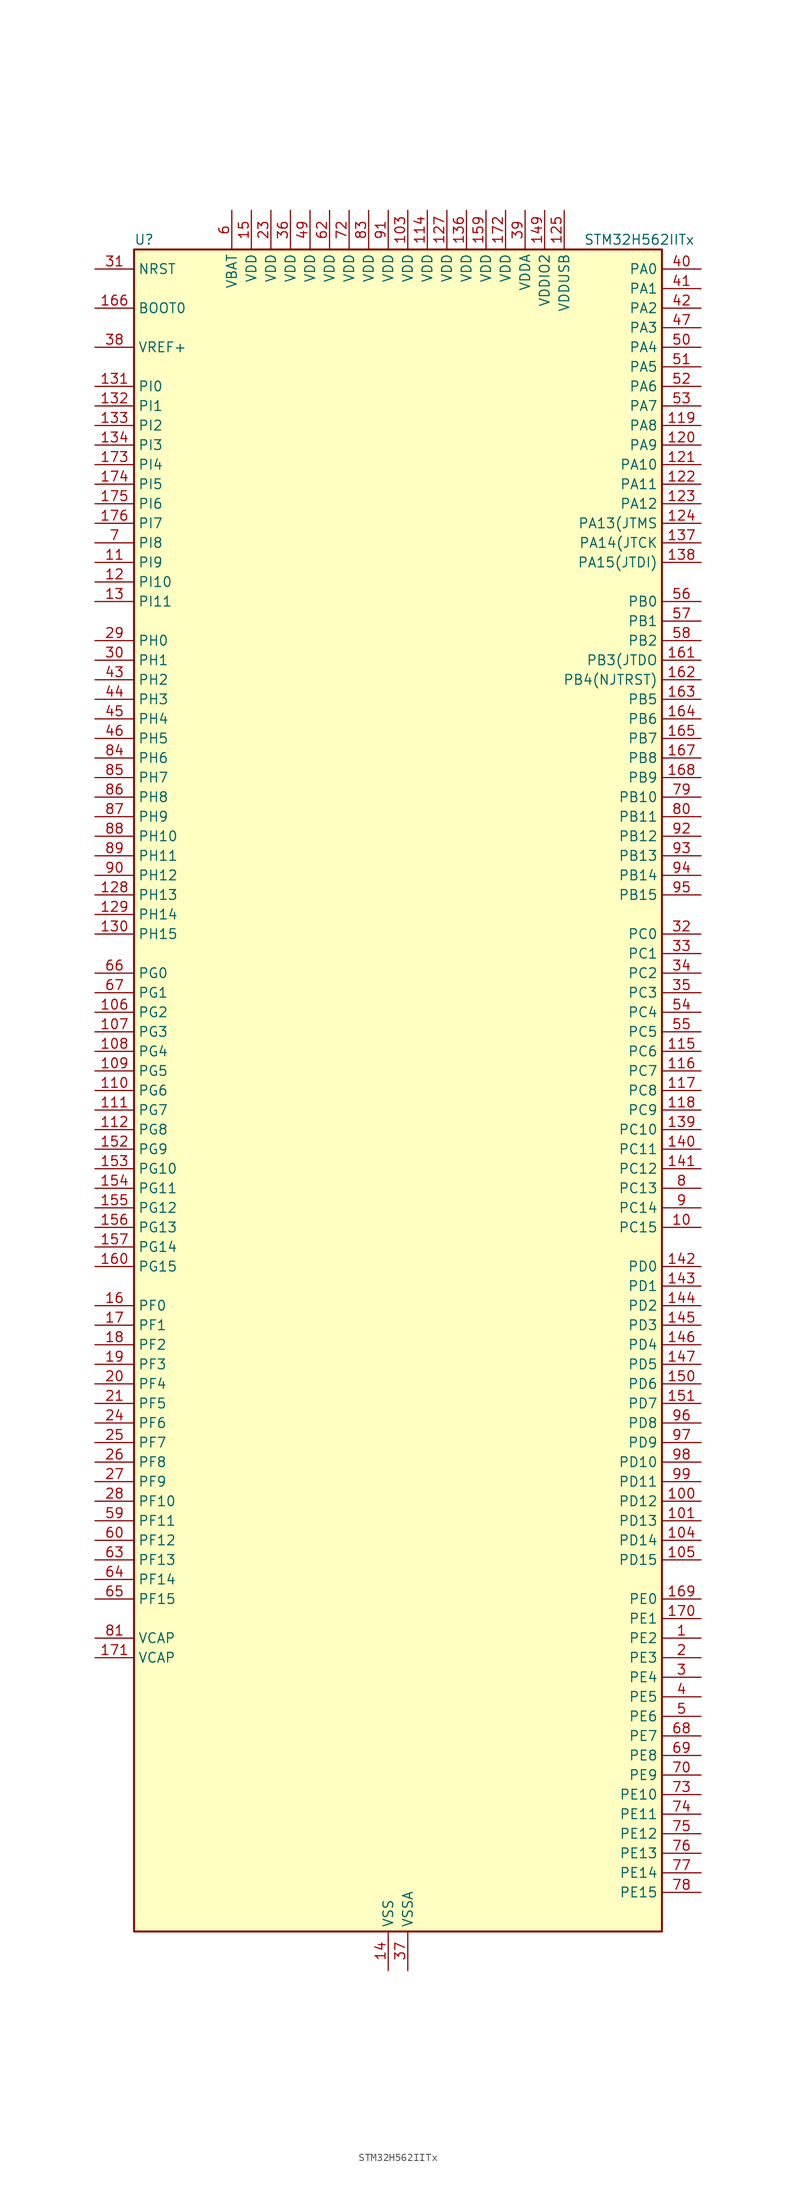
<source format=kicad_sym>
(kicad_symbol_lib
  (version 20231120)
  (generator "kicad-library-utils")
  (generator_version "8.0")
  (symbol "STM32H562IITx"
    (property "Reference" "U"
      (at -33.02 110.49 0)
      (effects (font (size 1.27 1.27)) (justify left)))
    (property "Value" "STM32H562IITx"
      (at 25.4 110.49 0)
      (effects (font (size 1.27 1.27)) (justify left)))
    (symbol "STM32H562IITx_0_1"
      (rectangle (start -33.02 -109.22) (end 35.56 109.22) (stroke (width 0.254) (type default)) (fill (type background))))
    (symbol "STM32H562IITx_1_1"
      (pin bidirectional line (at 40.64 -71.12 180) (length 5.08) (name "PE2" (effects (font (size 1.27 1.27)))) (number "1" (effects (font (size 1.27 1.27)))) (alternate "DCMI_D3" bidirectional line) (alternate "DEBUG_TRACECLK" bidirectional line) (alternate "FMC_A23" bidirectional line) (alternate "LPTIM1_IN2" bidirectional line) (alternate "OCTOSPI1_IO2" bidirectional line) (alternate "PSSI_D3" bidirectional line) (alternate "SAI1_CK1" bidirectional line) (alternate "SAI1_MCLK_A" bidirectional line) (alternate "SPI4_SCK" bidirectional line) (alternate "UART8_TX" bidirectional line) (alternate "USART10_RX" bidirectional line))
      (pin bidirectional line (at 40.64 -17.78 180) (length 5.08) (name "PC15" (effects (font (size 1.27 1.27)))) (number "10" (effects (font (size 1.27 1.27)))) (alternate "ADC1_EXTI15" bidirectional line) (alternate "ADC2_EXTI15" bidirectional line) (alternate "RCC_OSC32_OUT" bidirectional line))
      (pin bidirectional line (at 40.64 -53.34 180) (length 5.08) (name "PD12" (effects (font (size 1.27 1.27)))) (number "100" (effects (font (size 1.27 1.27)))) (alternate "DCMI_D12" bidirectional line) (alternate "FMC_A17" bidirectional line) (alternate "FMC_ALE" bidirectional line) (alternate "I2C4_SCL" bidirectional line) (alternate "I3C1_SCL" bidirectional line) (alternate "LPTIM1_IN1" bidirectional line) (alternate "LPTIM2_IN1" bidirectional line) (alternate "OCTOSPI1_IO1" bidirectional line) (alternate "PSSI_D12" bidirectional line) (alternate "SAI1_D1" bidirectional line) (alternate "SAI2_FS_A" bidirectional line) (alternate "TIM4_CH1" bidirectional line) (alternate "UART4_TX" bidirectional line) (alternate "USART3_RTS" bidirectional line))
      (pin bidirectional line (at 40.64 -55.88 180) (length 5.08) (name "PD13" (effects (font (size 1.27 1.27)))) (number "101" (effects (font (size 1.27 1.27)))) (alternate "DCMI_D13" bidirectional line) (alternate "FMC_A18" bidirectional line) (alternate "I2C4_SDA" bidirectional line) (alternate "I3C1_SDA" bidirectional line) (alternate "LPTIM1_CH1" bidirectional line) (alternate "LPTIM2_CH1" bidirectional line) (alternate "LPTIM4_IN1" bidirectional line) (alternate "OCTOSPI1_IO3" bidirectional line) (alternate "PSSI_D13" bidirectional line) (alternate "SAI2_SCK_A" bidirectional line) (alternate "TIM4_CH2" bidirectional line) (alternate "UART9_RTS" bidirectional line))
      (pin passive line (at 0 -114.3 90) (length 5.08) hide (name "VSS" (effects (font (size 1.27 1.27)))) (number "102" (effects (font (size 1.27 1.27)))))
      (pin power_in line (at 2.54 114.3 270) (length 5.08) (name "VDD" (effects (font (size 1.27 1.27)))) (number "103" (effects (font (size 1.27 1.27)))))
      (pin bidirectional line (at 40.64 -58.42 180) (length 5.08) (name "PD14" (effects (font (size 1.27 1.27)))) (number "104" (effects (font (size 1.27 1.27)))) (alternate "FMC_D0" bidirectional line) (alternate "FMC_DA0" bidirectional line) (alternate "TIM4_CH3" bidirectional line) (alternate "UART8_CTS" bidirectional line) (alternate "UART9_RX" bidirectional line))
      (pin bidirectional line (at 40.64 -60.96 180) (length 5.08) (name "PD15" (effects (font (size 1.27 1.27)))) (number "105" (effects (font (size 1.27 1.27)))) (alternate "ADC1_EXTI15" bidirectional line) (alternate "ADC2_EXTI15" bidirectional line) (alternate "FMC_D1" bidirectional line) (alternate "FMC_DA1" bidirectional line) (alternate "TIM4_CH4" bidirectional line) (alternate "UART8_RTS" bidirectional line) (alternate "UART9_TX" bidirectional line))
      (pin bidirectional line (at -38.1 10.16 0) (length 5.08) (name "PG2" (effects (font (size 1.27 1.27)))) (number "106" (effects (font (size 1.27 1.27)))) (alternate "FMC_A12" bidirectional line) (alternate "LPTIM6_ETR" bidirectional line) (alternate "TIM8_BKIN" bidirectional line) (alternate "UART12_RX" bidirectional line))
      (pin bidirectional line (at -38.1 7.62 0) (length 5.08) (name "PG3" (effects (font (size 1.27 1.27)))) (number "107" (effects (font (size 1.27 1.27)))) (alternate "FMC_A13" bidirectional line) (alternate "LPTIM5_ETR" bidirectional line) (alternate "TIM8_BKIN2" bidirectional line) (alternate "UART12_TX" bidirectional line))
      (pin bidirectional line (at -38.1 5.08 0) (length 5.08) (name "PG4" (effects (font (size 1.27 1.27)))) (number "108" (effects (font (size 1.27 1.27)))) (alternate "FMC_A14" bidirectional line) (alternate "FMC_BA0" bidirectional line) (alternate "LPTIM4_ETR" bidirectional line) (alternate "TIM1_BKIN2" bidirectional line))
      (pin bidirectional line (at -38.1 2.54 0) (length 5.08) (name "PG5" (effects (font (size 1.27 1.27)))) (number "109" (effects (font (size 1.27 1.27)))) (alternate "FMC_A15" bidirectional line) (alternate "FMC_BA1" bidirectional line) (alternate "TIM1_ETR" bidirectional line))
      (pin bidirectional line (at -38.1 68.58 0) (length 5.08) (name "PI9" (effects (font (size 1.27 1.27)))) (number "11" (effects (font (size 1.27 1.27)))) (alternate "DAC1_EXTI9" bidirectional line) (alternate "FDCAN1_RX" bidirectional line) (alternate "UART4_RX" bidirectional line))
      (pin bidirectional line (at -38.1 0 0) (length 5.08) (name "PG6" (effects (font (size 1.27 1.27)))) (number "110" (effects (font (size 1.27 1.27)))) (alternate "DCMI_D12" bidirectional line) (alternate "FMC_NE3" bidirectional line) (alternate "I2C4_SDA" bidirectional line) (alternate "I3C1_SDA" bidirectional line) (alternate "OCTOSPI1_NCS" bidirectional line) (alternate "PSSI_D12" bidirectional line) (alternate "SPI1_RDY" bidirectional line) (alternate "TIM17_BKIN" bidirectional line) (alternate "UCPD1_FRSTX" bidirectional line))
      (pin bidirectional line (at -38.1 -2.54 0) (length 5.08) (name "PG7" (effects (font (size 1.27 1.27)))) (number "111" (effects (font (size 1.27 1.27)))) (alternate "DCMI_D13" bidirectional line) (alternate "FMC_INT" bidirectional line) (alternate "I2C4_SCL" bidirectional line) (alternate "I3C1_SCL" bidirectional line) (alternate "PSSI_D13" bidirectional line) (alternate "SAI1_CK2" bidirectional line) (alternate "SAI1_MCLK_A" bidirectional line) (alternate "UCPD1_FRSTX" bidirectional line) (alternate "USART6_CK" bidirectional line))
      (pin bidirectional line (at -38.1 -5.08 0) (length 5.08) (name "PG8" (effects (font (size 1.27 1.27)))) (number "112" (effects (font (size 1.27 1.27)))) (alternate "FMC_SDCLK" bidirectional line) (alternate "SPI6_NSS" bidirectional line) (alternate "TIM8_ETR" bidirectional line) (alternate "USART6_RTS" bidirectional line))
      (pin passive line (at 0 -114.3 90) (length 5.08) hide (name "VSS" (effects (font (size 1.27 1.27)))) (number "113" (effects (font (size 1.27 1.27)))))
      (pin power_in line (at 5.08 114.3 270) (length 5.08) (name "VDD" (effects (font (size 1.27 1.27)))) (number "114" (effects (font (size 1.27 1.27)))))
      (pin bidirectional line (at 40.64 5.08 180) (length 5.08) (name "PC6" (effects (font (size 1.27 1.27)))) (number "115" (effects (font (size 1.27 1.27)))) (alternate "DCMI_D0" bidirectional line) (alternate "FMC_NWAIT" bidirectional line) (alternate "I2S2_MCK" bidirectional line) (alternate "OCTOSPI1_IO5" bidirectional line) (alternate "PSSI_D0" bidirectional line) (alternate "SAI1_SCK_A" bidirectional line) (alternate "SDMMC1_D0DIR" bidirectional line) (alternate "SDMMC1_D6" bidirectional line) (alternate "TIM3_CH1" bidirectional line) (alternate "TIM8_CH1" bidirectional line) (alternate "USART6_TX" bidirectional line))
      (pin bidirectional line (at 40.64 2.54 180) (length 5.08) (name "PC7" (effects (font (size 1.27 1.27)))) (number "116" (effects (font (size 1.27 1.27)))) (alternate "DCMI_D1" bidirectional line) (alternate "DEBUG_TRGIO" bidirectional line) (alternate "FMC_NE1" bidirectional line) (alternate "I2S3_MCK" bidirectional line) (alternate "OCTOSPI1_IO6" bidirectional line) (alternate "PSSI_D1" bidirectional line) (alternate "SDMMC1_D123DIR" bidirectional line) (alternate "SDMMC1_D7" bidirectional line) (alternate "TIM3_CH2" bidirectional line) (alternate "TIM8_CH2" bidirectional line) (alternate "USART6_RX" bidirectional line))
      (pin bidirectional line (at 40.64 0 180) (length 5.08) (name "PC8" (effects (font (size 1.27 1.27)))) (number "117" (effects (font (size 1.27 1.27)))) (alternate "DCMI_D2" bidirectional line) (alternate "DEBUG_TRACED1" bidirectional line) (alternate "FMC_ALE" bidirectional line) (alternate "FMC_INT" bidirectional line) (alternate "FMC_NCE" bidirectional line) (alternate "FMC_NE2" bidirectional line) (alternate "PSSI_D2" bidirectional line) (alternate "SDMMC1_D0" bidirectional line) (alternate "TIM3_CH3" bidirectional line) (alternate "TIM8_CH3" bidirectional line) (alternate "UART5_DE" bidirectional line) (alternate "UART5_RTS" bidirectional line) (alternate "USART6_CK" bidirectional line))
      (pin bidirectional line (at 40.64 -2.54 180) (length 5.08) (name "PC9" (effects (font (size 1.27 1.27)))) (number "118" (effects (font (size 1.27 1.27)))) (alternate "AUDIOCLK" bidirectional line) (alternate "DAC1_EXTI9" bidirectional line) (alternate "DCMI_D3" bidirectional line) (alternate "FMC_CLE" bidirectional line) (alternate "I2C3_SDA" bidirectional line) (alternate "OCTOSPI1_IO0" bidirectional line) (alternate "PSSI_D3" bidirectional line) (alternate "RCC_MCO_2" bidirectional line) (alternate "SDMMC1_D1" bidirectional line) (alternate "TIM3_CH4" bidirectional line) (alternate "TIM8_CH4" bidirectional line) (alternate "UART5_CTS" bidirectional line) (alternate "UCPD1_DB2" bidirectional line))
      (pin bidirectional line (at 40.64 86.36 180) (length 5.08) (name "PA8" (effects (font (size 1.27 1.27)))) (number "119" (effects (font (size 1.27 1.27)))) (alternate "DCMI_D3" bidirectional line) (alternate "FMC_NOE" bidirectional line) (alternate "I2C3_SCL" bidirectional line) (alternate "PSSI_D3" bidirectional line) (alternate "RCC_MCO_1" bidirectional line) (alternate "SPI1_RDY" bidirectional line) (alternate "TIM1_CH1" bidirectional line) (alternate "TIM8_BKIN2" bidirectional line) (alternate "UART7_RX" bidirectional line) (alternate "USART1_CK" bidirectional line) (alternate "USB_SOF" bidirectional line))
      (pin bidirectional line (at -38.1 66.04 0) (length 5.08) (name "PI10" (effects (font (size 1.27 1.27)))) (number "12" (effects (font (size 1.27 1.27)))) (alternate "FDCAN1_RX" bidirectional line) (alternate "PSSI_D14" bidirectional line))
      (pin bidirectional line (at 40.64 83.82 180) (length 5.08) (name "PA9" (effects (font (size 1.27 1.27)))) (number "120" (effects (font (size 1.27 1.27)))) (alternate "DAC1_EXTI9" bidirectional line) (alternate "DCMI_D0" bidirectional line) (alternate "FMC_NWE" bidirectional line) (alternate "I2C3_SMBA" bidirectional line) (alternate "I2S2_CK" bidirectional line) (alternate "LPUART1_TX" bidirectional line) (alternate "PSSI_D0" bidirectional line) (alternate "SPI2_SCK" bidirectional line) (alternate "TIM1_CH2" bidirectional line) (alternate "UCPD1_DB1" bidirectional line) (alternate "USART1_TX" bidirectional line))
      (pin bidirectional line (at 40.64 81.28 180) (length 5.08) (name "PA10" (effects (font (size 1.27 1.27)))) (number "121" (effects (font (size 1.27 1.27)))) (alternate "DCMI_D1" bidirectional line) (alternate "LPTIM2_IN2" bidirectional line) (alternate "LPUART1_RX" bidirectional line) (alternate "PSSI_D1" bidirectional line) (alternate "SDMMC1_D0" bidirectional line) (alternate "TIM1_CH3" bidirectional line) (alternate "UCPD1_FRSTX" bidirectional line) (alternate "USART1_RX" bidirectional line))
      (pin bidirectional line (at 40.64 78.74 180) (length 5.08) (name "PA11" (effects (font (size 1.27 1.27)))) (number "122" (effects (font (size 1.27 1.27)))) (alternate "ADC1_EXTI11" bidirectional line) (alternate "ADC2_EXTI11" bidirectional line) (alternate "FDCAN1_RX" bidirectional line) (alternate "I2S2_WS" bidirectional line) (alternate "LPUART1_CTS" bidirectional line) (alternate "SPI2_NSS" bidirectional line) (alternate "TIM1_CH4" bidirectional line) (alternate "UART4_RX" bidirectional line) (alternate "USART1_CTS" bidirectional line) (alternate "USART1_NSS" bidirectional line) (alternate "USB_DM" bidirectional line))
      (pin bidirectional line (at 40.64 76.2 180) (length 5.08) (name "PA12" (effects (font (size 1.27 1.27)))) (number "123" (effects (font (size 1.27 1.27)))) (alternate "FDCAN1_TX" bidirectional line) (alternate "I2S2_CK" bidirectional line) (alternate "LPUART1_RTS" bidirectional line) (alternate "SAI2_FS_B" bidirectional line) (alternate "SPI2_SCK" bidirectional line) (alternate "TIM1_ETR" bidirectional line) (alternate "UART4_TX" bidirectional line) (alternate "USART1_RTS" bidirectional line) (alternate "USB_DP" bidirectional line))
      (pin bidirectional line (at 40.64 73.66 180) (length 5.08) (name "PA13(JTMS" (effects (font (size 1.27 1.27)))) (number "124" (effects (font (size 1.27 1.27)))) (alternate "DEBUG_JTMS-SWDIO" bidirectional line))
      (pin power_in line (at 22.86 114.3 270) (length 5.08) (name "VDDUSB" (effects (font (size 1.27 1.27)))) (number "125" (effects (font (size 1.27 1.27)))))
      (pin passive line (at 0 -114.3 90) (length 5.08) hide (name "VSS" (effects (font (size 1.27 1.27)))) (number "126" (effects (font (size 1.27 1.27)))))
      (pin power_in line (at 7.62 114.3 270) (length 5.08) (name "VDD" (effects (font (size 1.27 1.27)))) (number "127" (effects (font (size 1.27 1.27)))))
      (pin bidirectional line (at -38.1 25.4 0) (length 5.08) (name "PH13" (effects (font (size 1.27 1.27)))) (number "128" (effects (font (size 1.27 1.27)))) (alternate "DCMI_D3" bidirectional line) (alternate "FDCAN1_TX" bidirectional line) (alternate "LPTIM1_IN2" bidirectional line) (alternate "PSSI_D3" bidirectional line) (alternate "TIM8_CH1N" bidirectional line) (alternate "UART4_TX" bidirectional line) (alternate "UART8_TX" bidirectional line))
      (pin bidirectional line (at -38.1 22.86 0) (length 5.08) (name "PH14" (effects (font (size 1.27 1.27)))) (number "129" (effects (font (size 1.27 1.27)))) (alternate "DCMI_D4" bidirectional line) (alternate "FDCAN1_RX" bidirectional line) (alternate "PSSI_D4" bidirectional line) (alternate "TIM8_CH2N" bidirectional line) (alternate "UART4_RX" bidirectional line))
      (pin bidirectional line (at -38.1 63.5 0) (length 5.08) (name "PI11" (effects (font (size 1.27 1.27)))) (number "13" (effects (font (size 1.27 1.27)))) (alternate "ADC1_EXTI11" bidirectional line) (alternate "ADC2_EXTI11" bidirectional line) (alternate "PSSI_D15" bidirectional line) (alternate "TAMP_IN4" bidirectional line) (alternate "TAMP_OUT5" bidirectional line))
      (pin bidirectional line (at -38.1 20.32 0) (length 5.08) (name "PH15" (effects (font (size 1.27 1.27)))) (number "130" (effects (font (size 1.27 1.27)))) (alternate "ADC1_EXTI15" bidirectional line) (alternate "ADC2_EXTI15" bidirectional line) (alternate "DCMI_D11" bidirectional line) (alternate "PSSI_D11" bidirectional line) (alternate "TIM8_CH3N" bidirectional line))
      (pin bidirectional line (at -38.1 91.44 0) (length 5.08) (name "PI0" (effects (font (size 1.27 1.27)))) (number "131" (effects (font (size 1.27 1.27)))) (alternate "DCMI_D13" bidirectional line) (alternate "I2S2_WS" bidirectional line) (alternate "PSSI_D13" bidirectional line) (alternate "SPI2_NSS" bidirectional line) (alternate "TIM5_CH4" bidirectional line))
      (pin bidirectional line (at -38.1 88.9 0) (length 5.08) (name "PI1" (effects (font (size 1.27 1.27)))) (number "132" (effects (font (size 1.27 1.27)))) (alternate "DCMI_D8" bidirectional line) (alternate "I2S2_CK" bidirectional line) (alternate "PSSI_D8" bidirectional line) (alternate "SPI2_SCK" bidirectional line) (alternate "TIM8_BKIN2" bidirectional line))
      (pin bidirectional line (at -38.1 86.36 0) (length 5.08) (name "PI2" (effects (font (size 1.27 1.27)))) (number "133" (effects (font (size 1.27 1.27)))) (alternate "DCMI_D9" bidirectional line) (alternate "I2S2_SDI" bidirectional line) (alternate "PSSI_D9" bidirectional line) (alternate "SPI2_MISO" bidirectional line) (alternate "TIM8_CH4" bidirectional line))
      (pin bidirectional line (at -38.1 83.82 0) (length 5.08) (name "PI3" (effects (font (size 1.27 1.27)))) (number "134" (effects (font (size 1.27 1.27)))) (alternate "DCMI_D10" bidirectional line) (alternate "I2S2_SDO" bidirectional line) (alternate "PSSI_D10" bidirectional line) (alternate "SPI2_MOSI" bidirectional line) (alternate "TIM8_ETR" bidirectional line))
      (pin passive line (at 0 -114.3 90) (length 5.08) hide (name "VSS" (effects (font (size 1.27 1.27)))) (number "135" (effects (font (size 1.27 1.27)))))
      (pin power_in line (at 10.16 114.3 270) (length 5.08) (name "VDD" (effects (font (size 1.27 1.27)))) (number "136" (effects (font (size 1.27 1.27)))))
      (pin bidirectional line (at 40.64 71.12 180) (length 5.08) (name "PA14(JTCK" (effects (font (size 1.27 1.27)))) (number "137" (effects (font (size 1.27 1.27)))) (alternate "DEBUG_JTCK-SWCLK" bidirectional line))
      (pin bidirectional line (at 40.64 68.58 180) (length 5.08) (name "PA15(JTDI)" (effects (font (size 1.27 1.27)))) (number "138" (effects (font (size 1.27 1.27)))) (alternate "ADC1_EXTI15" bidirectional line) (alternate "ADC2_EXTI15" bidirectional line) (alternate "CEC" bidirectional line) (alternate "DCMI_D11" bidirectional line) (alternate "DEBUG_JTDI" bidirectional line) (alternate "FMC_NBL1" bidirectional line) (alternate "I2S1_WS" bidirectional line) (alternate "I2S3_WS" bidirectional line) (alternate "LPTIM3_IN2" bidirectional line) (alternate "PSSI_D11" bidirectional line) (alternate "SPI1_NSS" bidirectional line) (alternate "SPI3_NSS" bidirectional line) (alternate "SPI6_NSS" bidirectional line) (alternate "TIM2_CH1" bidirectional line) (alternate "TIM2_ETR" bidirectional line) (alternate "UART4_DE" bidirectional line) (alternate "UART4_RTS" bidirectional line) (alternate "UART7_TX" bidirectional line))
      (pin bidirectional line (at 40.64 -5.08 180) (length 5.08) (name "PC10" (effects (font (size 1.27 1.27)))) (number "139" (effects (font (size 1.27 1.27)))) (alternate "DCMI_D8" bidirectional line) (alternate "I2S3_CK" bidirectional line) (alternate "LPTIM3_ETR" bidirectional line) (alternate "OCTOSPI1_IO1" bidirectional line) (alternate "PSSI_D8" bidirectional line) (alternate "SDMMC1_D2" bidirectional line) (alternate "SPI3_SCK" bidirectional line) (alternate "UART4_TX" bidirectional line) (alternate "USART3_TX" bidirectional line))
      (pin power_in line (at 0 -114.3 90) (length 5.08) (name "VSS" (effects (font (size 1.27 1.27)))) (number "14" (effects (font (size 1.27 1.27)))))
      (pin bidirectional line (at 40.64 -7.62 180) (length 5.08) (name "PC11" (effects (font (size 1.27 1.27)))) (number "140" (effects (font (size 1.27 1.27)))) (alternate "ADC1_EXTI11" bidirectional line) (alternate "ADC2_EXTI11" bidirectional line) (alternate "DCMI_D4" bidirectional line) (alternate "I2S3_SDI" bidirectional line) (alternate "LPTIM3_IN1" bidirectional line) (alternate "OCTOSPI1_NCS" bidirectional line) (alternate "PSSI_D4" bidirectional line) (alternate "SDMMC1_D3" bidirectional line) (alternate "SPI3_MISO" bidirectional line) (alternate "UART4_RX" bidirectional line) (alternate "USART3_RX" bidirectional line))
      (pin bidirectional line (at 40.64 -10.16 180) (length 5.08) (name "PC12" (effects (font (size 1.27 1.27)))) (number "141" (effects (font (size 1.27 1.27)))) (alternate "DCMI_D9" bidirectional line) (alternate "DEBUG_TRACED3" bidirectional line) (alternate "I2S3_SDO" bidirectional line) (alternate "PSSI_D9" bidirectional line) (alternate "SDMMC1_CK" bidirectional line) (alternate "SPI3_MOSI" bidirectional line) (alternate "SPI6_SCK" bidirectional line) (alternate "TIM15_CH1" bidirectional line) (alternate "UART5_TX" bidirectional line) (alternate "USART3_CK" bidirectional line))
      (pin bidirectional line (at 40.64 -22.86 180) (length 5.08) (name "PD0" (effects (font (size 1.27 1.27)))) (number "142" (effects (font (size 1.27 1.27)))) (alternate "FDCAN1_RX" bidirectional line) (alternate "FMC_D2" bidirectional line) (alternate "FMC_DA2" bidirectional line) (alternate "TIM8_CH4N" bidirectional line) (alternate "UART4_RX" bidirectional line) (alternate "UART9_CTS" bidirectional line))
      (pin bidirectional line (at 40.64 -25.4 180) (length 5.08) (name "PD1" (effects (font (size 1.27 1.27)))) (number "143" (effects (font (size 1.27 1.27)))) (alternate "FDCAN1_TX" bidirectional line) (alternate "FMC_D3" bidirectional line) (alternate "FMC_DA3" bidirectional line) (alternate "UART4_TX" bidirectional line))
      (pin bidirectional line (at 40.64 -27.94 180) (length 5.08) (name "PD2" (effects (font (size 1.27 1.27)))) (number "144" (effects (font (size 1.27 1.27)))) (alternate "DCMI_D11" bidirectional line) (alternate "DEBUG_TRACED2" bidirectional line) (alternate "LPTIM4_ETR" bidirectional line) (alternate "PSSI_D11" bidirectional line) (alternate "PWR_WKUP7" bidirectional line) (alternate "SDMMC1_CMD" bidirectional line) (alternate "TIM15_BKIN" bidirectional line) (alternate "TIM3_ETR" bidirectional line) (alternate "UART5_RX" bidirectional line))
      (pin bidirectional line (at 40.64 -30.48 180) (length 5.08) (name "PD3" (effects (font (size 1.27 1.27)))) (number "145" (effects (font (size 1.27 1.27)))) (alternate "DCMI_D5" bidirectional line) (alternate "FMC_CLK" bidirectional line) (alternate "I2S2_CK" bidirectional line) (alternate "PSSI_D5" bidirectional line) (alternate "PWR_WKUP8" bidirectional line) (alternate "SPI2_SCK" bidirectional line) (alternate "USART2_CTS" bidirectional line) (alternate "USART2_NSS" bidirectional line))
      (pin bidirectional line (at 40.64 -33.02 180) (length 5.08) (name "PD4" (effects (font (size 1.27 1.27)))) (number "146" (effects (font (size 1.27 1.27)))) (alternate "FMC_NOE" bidirectional line) (alternate "OCTOSPI1_IO4" bidirectional line) (alternate "USART2_RTS" bidirectional line))
      (pin bidirectional line (at 40.64 -35.56 180) (length 5.08) (name "PD5" (effects (font (size 1.27 1.27)))) (number "147" (effects (font (size 1.27 1.27)))) (alternate "FDCAN1_TX" bidirectional line) (alternate "FMC_NWE" bidirectional line) (alternate "OCTOSPI1_IO5" bidirectional line) (alternate "SPI2_RDY" bidirectional line) (alternate "TIM1_CH4N" bidirectional line) (alternate "USART2_TX" bidirectional line))
      (pin passive line (at 0 -114.3 90) (length 5.08) hide (name "VSS" (effects (font (size 1.27 1.27)))) (number "148" (effects (font (size 1.27 1.27)))))
      (pin power_in line (at 20.32 114.3 270) (length 5.08) (name "VDDIO2" (effects (font (size 1.27 1.27)))) (number "149" (effects (font (size 1.27 1.27)))))
      (pin power_in line (at -17.78 114.3 270) (length 5.08) (name "VDD" (effects (font (size 1.27 1.27)))) (number "15" (effects (font (size 1.27 1.27)))))
      (pin bidirectional line (at 40.64 -38.1 180) (length 5.08) (name "PD6" (effects (font (size 1.27 1.27)))) (number "150" (effects (font (size 1.27 1.27)))) (alternate "DCMI_D10" bidirectional line) (alternate "FMC_NWAIT" bidirectional line) (alternate "I2S3_SDO" bidirectional line) (alternate "OCTOSPI1_IO6" bidirectional line) (alternate "PSSI_D10" bidirectional line) (alternate "SAI1_D1" bidirectional line) (alternate "SAI1_SD_A" bidirectional line) (alternate "SPI3_MOSI" bidirectional line) (alternate "USART2_RX" bidirectional line))
      (pin bidirectional line (at 40.64 -40.64 180) (length 5.08) (name "PD7" (effects (font (size 1.27 1.27)))) (number "151" (effects (font (size 1.27 1.27)))) (alternate "FMC_NCE" bidirectional line) (alternate "FMC_NE1" bidirectional line) (alternate "I2S1_SDO" bidirectional line) (alternate "LPTIM4_OUT" bidirectional line) (alternate "OCTOSPI1_IO7" bidirectional line) (alternate "SPI1_MOSI" bidirectional line) (alternate "USART2_CK" bidirectional line))
      (pin bidirectional line (at -38.1 -7.62 0) (length 5.08) (name "PG9" (effects (font (size 1.27 1.27)))) (number "152" (effects (font (size 1.27 1.27)))) (alternate "DAC1_EXTI9" bidirectional line) (alternate "DCMI_VSYNC" bidirectional line) (alternate "FMC_NCE" bidirectional line) (alternate "FMC_NE2" bidirectional line) (alternate "I2S1_SDI" bidirectional line) (alternate "OCTOSPI1_IO6" bidirectional line) (alternate "PSSI_RDY" bidirectional line) (alternate "SAI2_FS_B" bidirectional line) (alternate "SPI1_MISO" bidirectional line) (alternate "USART6_RX" bidirectional line))
      (pin bidirectional line (at -38.1 -10.16 0) (length 5.08) (name "PG10" (effects (font (size 1.27 1.27)))) (number "153" (effects (font (size 1.27 1.27)))) (alternate "DCMI_D2" bidirectional line) (alternate "FMC_NE3" bidirectional line) (alternate "I2S1_WS" bidirectional line) (alternate "PSSI_D2" bidirectional line) (alternate "SAI2_SD_B" bidirectional line) (alternate "SPI1_NSS" bidirectional line))
      (pin bidirectional line (at -38.1 -12.7 0) (length 5.08) (name "PG11" (effects (font (size 1.27 1.27)))) (number "154" (effects (font (size 1.27 1.27)))) (alternate "ADC1_EXTI11" bidirectional line) (alternate "ADC2_EXTI11" bidirectional line) (alternate "DCMI_D3" bidirectional line) (alternate "I2S1_CK" bidirectional line) (alternate "LPTIM1_IN2" bidirectional line) (alternate "PSSI_D3" bidirectional line) (alternate "SPI1_SCK" bidirectional line) (alternate "USART10_RX" bidirectional line) (alternate "USART11_RTS" bidirectional line))
      (pin bidirectional line (at -38.1 -15.24 0) (length 5.08) (name "PG12" (effects (font (size 1.27 1.27)))) (number "155" (effects (font (size 1.27 1.27)))) (alternate "DCMI_D11" bidirectional line) (alternate "FMC_NE4" bidirectional line) (alternate "LPTIM1_IN1" bidirectional line) (alternate "LPTIM5_CH1" bidirectional line) (alternate "PSSI_D11" bidirectional line) (alternate "PSSI_D15" bidirectional line) (alternate "SPI6_MISO" bidirectional line) (alternate "USART10_TX" bidirectional line) (alternate "USART6_RTS" bidirectional line))
      (pin bidirectional line (at -38.1 -17.78 0) (length 5.08) (name "PG13" (effects (font (size 1.27 1.27)))) (number "156" (effects (font (size 1.27 1.27)))) (alternate "DEBUG_TRACED0" bidirectional line) (alternate "FMC_A24" bidirectional line) (alternate "LPTIM1_CH1" bidirectional line) (alternate "LPTIM5_CH2" bidirectional line) (alternate "SPI6_SCK" bidirectional line) (alternate "USART10_CTS" bidirectional line) (alternate "USART10_NSS" bidirectional line) (alternate "USART6_CTS" bidirectional line) (alternate "USART6_NSS" bidirectional line))
      (pin bidirectional line (at -38.1 -20.32 0) (length 5.08) (name "PG14" (effects (font (size 1.27 1.27)))) (number "157" (effects (font (size 1.27 1.27)))) (alternate "DEBUG_TRACED1" bidirectional line) (alternate "FMC_A25" bidirectional line) (alternate "LPTIM1_CH2" bidirectional line) (alternate "LPTIM1_ETR" bidirectional line) (alternate "LPTIM5_IN1" bidirectional line) (alternate "OCTOSPI1_IO7" bidirectional line) (alternate "SPI6_MOSI" bidirectional line) (alternate "USART10_RTS" bidirectional line) (alternate "USART6_TX" bidirectional line))
      (pin passive line (at 0 -114.3 90) (length 5.08) hide (name "VSS" (effects (font (size 1.27 1.27)))) (number "158" (effects (font (size 1.27 1.27)))))
      (pin power_in line (at 12.7 114.3 270) (length 5.08) (name "VDD" (effects (font (size 1.27 1.27)))) (number "159" (effects (font (size 1.27 1.27)))))
      (pin bidirectional line (at -38.1 -27.94 0) (length 5.08) (name "PF0" (effects (font (size 1.27 1.27)))) (number "16" (effects (font (size 1.27 1.27)))) (alternate "FMC_A0" bidirectional line) (alternate "I2C2_SDA" bidirectional line) (alternate "LPTIM5_CH1" bidirectional line))
      (pin bidirectional line (at -38.1 -22.86 0) (length 5.08) (name "PG15" (effects (font (size 1.27 1.27)))) (number "160" (effects (font (size 1.27 1.27)))) (alternate "ADC1_EXTI15" bidirectional line) (alternate "ADC2_EXTI15" bidirectional line) (alternate "DCMI_D13" bidirectional line) (alternate "FMC_SDNCAS" bidirectional line) (alternate "PSSI_D13" bidirectional line) (alternate "SPI4_RDY" bidirectional line) (alternate "USART10_CK" bidirectional line) (alternate "USART6_CTS" bidirectional line) (alternate "USART6_NSS" bidirectional line))
      (pin bidirectional line (at 40.64 55.88 180) (length 5.08) (name "PB3(JTDO" (effects (font (size 1.27 1.27)))) (number "161" (effects (font (size 1.27 1.27)))) (alternate "CRS_SYNC" bidirectional line) (alternate "DEBUG_JTDO-SWO" bidirectional line) (alternate "I2C2_SDA" bidirectional line) (alternate "I2S1_CK" bidirectional line) (alternate "I2S3_CK" bidirectional line) (alternate "LPTIM6_ETR" bidirectional line) (alternate "SPI1_SCK" bidirectional line) (alternate "SPI3_SCK" bidirectional line) (alternate "SPI6_SCK" bidirectional line) (alternate "TIM2_CH2" bidirectional line) (alternate "UART12_CTS" bidirectional line) (alternate "UART7_RX" bidirectional line))
      (pin bidirectional line (at 40.64 53.34 180) (length 5.08) (name "PB4(NJTRST)" (effects (font (size 1.27 1.27)))) (number "162" (effects (font (size 1.27 1.27)))) (alternate "DCMI_D7" bidirectional line) (alternate "DEBUG_JTRST" bidirectional line) (alternate "I2S1_SDI" bidirectional line) (alternate "I2S2_WS" bidirectional line) (alternate "I2S3_SDI" bidirectional line) (alternate "LPTIM1_CH2" bidirectional line) (alternate "OCTOSPI1_CLK" bidirectional line) (alternate "PSSI_D7" bidirectional line) (alternate "SPI1_MISO" bidirectional line) (alternate "SPI2_NSS" bidirectional line) (alternate "SPI3_MISO" bidirectional line) (alternate "SPI6_MISO" bidirectional line) (alternate "TIM16_BKIN" bidirectional line) (alternate "TIM3_CH1" bidirectional line) (alternate "UART7_TX" bidirectional line))
      (pin bidirectional line (at 40.64 50.8 180) (length 5.08) (name "PB5" (effects (font (size 1.27 1.27)))) (number "163" (effects (font (size 1.27 1.27)))) (alternate "DCMI_D10" bidirectional line) (alternate "FMC_SDCKE1" bidirectional line) (alternate "I2C1_SMBA" bidirectional line) (alternate "I2C4_SMBA" bidirectional line) (alternate "I2S1_SDO" bidirectional line) (alternate "I2S3_SDO" bidirectional line) (alternate "OCTOSPI1_NCLK" bidirectional line) (alternate "PSSI_D10" bidirectional line) (alternate "SPI1_MOSI" bidirectional line) (alternate "SPI3_MOSI" bidirectional line) (alternate "SPI6_MOSI" bidirectional line) (alternate "TIM17_BKIN" bidirectional line) (alternate "TIM3_CH2" bidirectional line) (alternate "UART5_RX" bidirectional line))
      (pin bidirectional line (at 40.64 48.26 180) (length 5.08) (name "PB6" (effects (font (size 1.27 1.27)))) (number "164" (effects (font (size 1.27 1.27)))) (alternate "CEC" bidirectional line) (alternate "DCMI_D5" bidirectional line) (alternate "FMC_SDNE1" bidirectional line) (alternate "I2C1_SCL" bidirectional line) (alternate "I2C4_SCL" bidirectional line) (alternate "I3C1_SCL" bidirectional line) (alternate "LPUART1_TX" bidirectional line) (alternate "OCTOSPI1_NCS" bidirectional line) (alternate "PSSI_D5" bidirectional line) (alternate "TIM16_CH1N" bidirectional line) (alternate "TIM4_CH1" bidirectional line) (alternate "UART5_TX" bidirectional line) (alternate "USART1_TX" bidirectional line))
      (pin bidirectional line (at 40.64 45.72 180) (length 5.08) (name "PB7" (effects (font (size 1.27 1.27)))) (number "165" (effects (font (size 1.27 1.27)))) (alternate "DCMI_VSYNC" bidirectional line) (alternate "FDCAN1_TX" bidirectional line) (alternate "FMC_NL" bidirectional line) (alternate "I2C1_SDA" bidirectional line) (alternate "I2C4_SDA" bidirectional line) (alternate "I3C1_SDA" bidirectional line) (alternate "LPUART1_RX" bidirectional line) (alternate "PSSI_RDY" bidirectional line) (alternate "PWR_WKUP5" bidirectional line) (alternate "TIM17_CH1N" bidirectional line) (alternate "TIM4_CH2" bidirectional line) (alternate "USART1_RX" bidirectional line))
      (pin input line (at -38.1 101.6 0) (length 5.08) (name "BOOT0" (effects (font (size 1.27 1.27)))) (number "166" (effects (font (size 1.27 1.27)))))
      (pin bidirectional line (at 40.64 43.18 180) (length 5.08) (name "PB8" (effects (font (size 1.27 1.27)))) (number "167" (effects (font (size 1.27 1.27)))) (alternate "DCMI_D6" bidirectional line) (alternate "FDCAN1_RX" bidirectional line) (alternate "I2C1_SCL" bidirectional line) (alternate "I2C4_SCL" bidirectional line) (alternate "I3C1_SCL" bidirectional line) (alternate "PSSI_D6" bidirectional line) (alternate "SDMMC1_CKIN" bidirectional line) (alternate "SDMMC1_D4" bidirectional line) (alternate "SPI4_RDY" bidirectional line) (alternate "TIM16_CH1" bidirectional line) (alternate "TIM4_CH3" bidirectional line) (alternate "UART4_RX" bidirectional line))
      (pin bidirectional line (at 40.64 40.64 180) (length 5.08) (name "PB9" (effects (font (size 1.27 1.27)))) (number "168" (effects (font (size 1.27 1.27)))) (alternate "DAC1_EXTI9" bidirectional line) (alternate "DCMI_D7" bidirectional line) (alternate "FDCAN1_TX" bidirectional line) (alternate "I2C1_SDA" bidirectional line) (alternate "I2C4_SDA" bidirectional line) (alternate "I2S2_WS" bidirectional line) (alternate "I3C1_SDA" bidirectional line) (alternate "PSSI_D7" bidirectional line) (alternate "SDMMC1_CDIR" bidirectional line) (alternate "SDMMC1_D5" bidirectional line) (alternate "SPI2_NSS" bidirectional line) (alternate "TIM17_CH1" bidirectional line) (alternate "TIM4_CH4" bidirectional line) (alternate "UART4_TX" bidirectional line))
      (pin bidirectional line (at 40.64 -66.04 180) (length 5.08) (name "PE0" (effects (font (size 1.27 1.27)))) (number "169" (effects (font (size 1.27 1.27)))) (alternate "DCMI_D2" bidirectional line) (alternate "FDCAN1_RX" bidirectional line) (alternate "FMC_NBL0" bidirectional line) (alternate "LPTIM1_ETR" bidirectional line) (alternate "LPTIM2_CH2" bidirectional line) (alternate "LPTIM2_ETR" bidirectional line) (alternate "PSSI_D2" bidirectional line) (alternate "SAI2_MCLK_A" bidirectional line) (alternate "SPI3_RDY" bidirectional line) (alternate "TIM4_ETR" bidirectional line) (alternate "UART8_RX" bidirectional line))
      (pin bidirectional line (at -38.1 -30.48 0) (length 5.08) (name "PF1" (effects (font (size 1.27 1.27)))) (number "17" (effects (font (size 1.27 1.27)))) (alternate "FMC_A1" bidirectional line) (alternate "I2C2_SCL" bidirectional line) (alternate "LPTIM5_CH2" bidirectional line))
      (pin bidirectional line (at 40.64 -68.58 180) (length 5.08) (name "PE1" (effects (font (size 1.27 1.27)))) (number "170" (effects (font (size 1.27 1.27)))) (alternate "DCMI_D3" bidirectional line) (alternate "FDCAN1_TX" bidirectional line) (alternate "FMC_NBL1" bidirectional line) (alternate "LPTIM1_IN2" bidirectional line) (alternate "PSSI_D3" bidirectional line) (alternate "UART8_TX" bidirectional line))
      (pin power_out line (at -38.1 -73.66 0) (length 5.08) (name "VCAP" (effects (font (size 1.27 1.27)))) (number "171" (effects (font (size 1.27 1.27)))))
      (pin power_in line (at 15.24 114.3 270) (length 5.08) (name "VDD" (effects (font (size 1.27 1.27)))) (number "172" (effects (font (size 1.27 1.27)))))
      (pin bidirectional line (at -38.1 81.28 0) (length 5.08) (name "PI4" (effects (font (size 1.27 1.27)))) (number "173" (effects (font (size 1.27 1.27)))) (alternate "DCMI_D5" bidirectional line) (alternate "PSSI_D5" bidirectional line) (alternate "SAI2_MCLK_A" bidirectional line) (alternate "SPI2_RDY" bidirectional line) (alternate "TIM8_BKIN" bidirectional line))
      (pin bidirectional line (at -38.1 78.74 0) (length 5.08) (name "PI5" (effects (font (size 1.27 1.27)))) (number "174" (effects (font (size 1.27 1.27)))) (alternate "DCMI_VSYNC" bidirectional line) (alternate "PSSI_RDY" bidirectional line) (alternate "SAI2_SCK_A" bidirectional line) (alternate "TIM8_CH1" bidirectional line))
      (pin bidirectional line (at -38.1 76.2 0) (length 5.08) (name "PI6" (effects (font (size 1.27 1.27)))) (number "175" (effects (font (size 1.27 1.27)))) (alternate "DCMI_D6" bidirectional line) (alternate "PSSI_D6" bidirectional line) (alternate "SAI2_SD_A" bidirectional line) (alternate "TIM8_CH2" bidirectional line))
      (pin bidirectional line (at -38.1 73.66 0) (length 5.08) (name "PI7" (effects (font (size 1.27 1.27)))) (number "176" (effects (font (size 1.27 1.27)))) (alternate "DCMI_D7" bidirectional line) (alternate "PSSI_D7" bidirectional line) (alternate "SAI2_FS_A" bidirectional line) (alternate "TIM8_CH3" bidirectional line))
      (pin bidirectional line (at -38.1 -33.02 0) (length 5.08) (name "PF2" (effects (font (size 1.27 1.27)))) (number "18" (effects (font (size 1.27 1.27)))) (alternate "FMC_A2" bidirectional line) (alternate "I2C2_SMBA" bidirectional line) (alternate "LPTIM3_CH2" bidirectional line) (alternate "LPTIM3_IN2" bidirectional line) (alternate "LPTIM5_IN1" bidirectional line) (alternate "UART12_TX" bidirectional line) (alternate "USART11_CK" bidirectional line))
      (pin bidirectional line (at -38.1 -35.56 0) (length 5.08) (name "PF3" (effects (font (size 1.27 1.27)))) (number "19" (effects (font (size 1.27 1.27)))) (alternate "FMC_A3" bidirectional line) (alternate "LPTIM3_IN1" bidirectional line) (alternate "LPTIM5_IN2" bidirectional line) (alternate "USART11_TX" bidirectional line))
      (pin bidirectional line (at 40.64 -73.66 180) (length 5.08) (name "PE3" (effects (font (size 1.27 1.27)))) (number "2" (effects (font (size 1.27 1.27)))) (alternate "DEBUG_TRACED0" bidirectional line) (alternate "FMC_A19" bidirectional line) (alternate "SAI1_SD_B" bidirectional line) (alternate "TAMP_IN6" bidirectional line) (alternate "TAMP_OUT3" bidirectional line) (alternate "TIM15_BKIN" bidirectional line) (alternate "USART10_TX" bidirectional line))
      (pin bidirectional line (at -38.1 -38.1 0) (length 5.08) (name "PF4" (effects (font (size 1.27 1.27)))) (number "20" (effects (font (size 1.27 1.27)))) (alternate "FMC_A4" bidirectional line) (alternate "LPTIM3_ETR" bidirectional line) (alternate "USART11_RX" bidirectional line))
      (pin bidirectional line (at -38.1 -40.64 0) (length 5.08) (name "PF5" (effects (font (size 1.27 1.27)))) (number "21" (effects (font (size 1.27 1.27)))) (alternate "FMC_A5" bidirectional line) (alternate "I2C4_SCL" bidirectional line) (alternate "I3C1_SCL" bidirectional line) (alternate "LPTIM3_CH1" bidirectional line) (alternate "LPTIM3_IN1" bidirectional line) (alternate "UART12_RX" bidirectional line) (alternate "USART11_CTS" bidirectional line) (alternate "USART11_NSS" bidirectional line))
      (pin passive line (at 0 -114.3 90) (length 5.08) hide (name "VSS" (effects (font (size 1.27 1.27)))) (number "22" (effects (font (size 1.27 1.27)))))
      (pin power_in line (at -15.24 114.3 270) (length 5.08) (name "VDD" (effects (font (size 1.27 1.27)))) (number "23" (effects (font (size 1.27 1.27)))))
      (pin bidirectional line (at -38.1 -43.18 0) (length 5.08) (name "PF6" (effects (font (size 1.27 1.27)))) (number "24" (effects (font (size 1.27 1.27)))) (alternate "LPTIM5_CH1" bidirectional line) (alternate "OCTOSPI1_IO3" bidirectional line) (alternate "SAI1_SD_B" bidirectional line) (alternate "SPI5_NSS" bidirectional line) (alternate "TIM16_CH1" bidirectional line) (alternate "UART7_RX" bidirectional line))
      (pin bidirectional line (at -38.1 -45.72 0) (length 5.08) (name "PF7" (effects (font (size 1.27 1.27)))) (number "25" (effects (font (size 1.27 1.27)))) (alternate "LPTIM5_CH2" bidirectional line) (alternate "OCTOSPI1_IO2" bidirectional line) (alternate "SAI1_MCLK_B" bidirectional line) (alternate "SPI5_SCK" bidirectional line) (alternate "TIM17_CH1" bidirectional line) (alternate "UART7_TX" bidirectional line))
      (pin bidirectional line (at -38.1 -48.26 0) (length 5.08) (name "PF8" (effects (font (size 1.27 1.27)))) (number "26" (effects (font (size 1.27 1.27)))) (alternate "LPTIM5_IN1" bidirectional line) (alternate "OCTOSPI1_IO0" bidirectional line) (alternate "SAI1_SCK_B" bidirectional line) (alternate "SPI5_MISO" bidirectional line) (alternate "TIM13_CH1" bidirectional line) (alternate "TIM16_CH1N" bidirectional line) (alternate "UART7_RTS" bidirectional line))
      (pin bidirectional line (at -38.1 -50.8 0) (length 5.08) (name "PF9" (effects (font (size 1.27 1.27)))) (number "27" (effects (font (size 1.27 1.27)))) (alternate "DAC1_EXTI9" bidirectional line) (alternate "LPTIM5_IN2" bidirectional line) (alternate "OCTOSPI1_IO1" bidirectional line) (alternate "SAI1_FS_B" bidirectional line) (alternate "SPI5_MOSI" bidirectional line) (alternate "TIM14_CH1" bidirectional line) (alternate "TIM17_CH1N" bidirectional line) (alternate "UART7_CTS" bidirectional line))
      (pin bidirectional line (at -38.1 -53.34 0) (length 5.08) (name "PF10" (effects (font (size 1.27 1.27)))) (number "28" (effects (font (size 1.27 1.27)))) (alternate "DCMI_D11" bidirectional line) (alternate "OCTOSPI1_CLK" bidirectional line) (alternate "PSSI_D11" bidirectional line) (alternate "PSSI_D15" bidirectional line) (alternate "SAI1_D3" bidirectional line) (alternate "TIM16_BKIN" bidirectional line))
      (pin bidirectional line (at -38.1 58.42 0) (length 5.08) (name "PH0" (effects (font (size 1.27 1.27)))) (number "29" (effects (font (size 1.27 1.27)))) (alternate "RCC_OSC_IN" bidirectional line))
      (pin bidirectional line (at 40.64 -76.2 180) (length 5.08) (name "PE4" (effects (font (size 1.27 1.27)))) (number "3" (effects (font (size 1.27 1.27)))) (alternate "DCMI_D4" bidirectional line) (alternate "DEBUG_TRACED1" bidirectional line) (alternate "FMC_A20" bidirectional line) (alternate "PSSI_D4" bidirectional line) (alternate "SAI1_D2" bidirectional line) (alternate "SAI1_FS_A" bidirectional line) (alternate "SPI4_NSS" bidirectional line) (alternate "TAMP_IN7" bidirectional line) (alternate "TAMP_OUT8" bidirectional line) (alternate "TIM15_CH1N" bidirectional line))
      (pin bidirectional line (at -38.1 55.88 0) (length 5.08) (name "PH1" (effects (font (size 1.27 1.27)))) (number "30" (effects (font (size 1.27 1.27)))) (alternate "RCC_OSC_OUT" bidirectional line))
      (pin input line (at -38.1 106.68 0) (length 5.08) (name "NRST" (effects (font (size 1.27 1.27)))) (number "31" (effects (font (size 1.27 1.27)))))
      (pin bidirectional line (at 40.64 20.32 180) (length 5.08) (name "PC0" (effects (font (size 1.27 1.27)))) (number "32" (effects (font (size 1.27 1.27)))) (alternate "ADC1_INP10" bidirectional line) (alternate "ADC2_INP10" bidirectional line) (alternate "FMC_A25" bidirectional line) (alternate "FMC_SDNWE" bidirectional line) (alternate "OCTOSPI1_IO7" bidirectional line) (alternate "SAI1_MCLK_A" bidirectional line) (alternate "SAI2_FS_B" bidirectional line) (alternate "SPI2_RDY" bidirectional line) (alternate "TIM16_BKIN" bidirectional line))
      (pin bidirectional line (at 40.64 17.78 180) (length 5.08) (name "PC1" (effects (font (size 1.27 1.27)))) (number "33" (effects (font (size 1.27 1.27)))) (alternate "ADC1_INN10" bidirectional line) (alternate "ADC1_INP11" bidirectional line) (alternate "ADC2_INN10" bidirectional line) (alternate "ADC2_INP11" bidirectional line) (alternate "DEBUG_TRACED0" bidirectional line) (alternate "I2S2_SDO" bidirectional line) (alternate "OCTOSPI1_IO4" bidirectional line) (alternate "PWR_WKUP6" bidirectional line) (alternate "SAI1_D1" bidirectional line) (alternate "SAI1_SD_A" bidirectional line) (alternate "SAI2_SD_A" bidirectional line) (alternate "SPI2_MOSI" bidirectional line) (alternate "TAMP_IN3" bidirectional line) (alternate "TAMP_OUT5" bidirectional line) (alternate "USART11_RTS" bidirectional line))
      (pin bidirectional line (at 40.64 15.24 180) (length 5.08) (name "PC2" (effects (font (size 1.27 1.27)))) (number "34" (effects (font (size 1.27 1.27)))) (alternate "ADC1_INN11" bidirectional line) (alternate "ADC1_INP12" bidirectional line) (alternate "ADC2_INN11" bidirectional line) (alternate "ADC2_INP12" bidirectional line) (alternate "FMC_SDNE0" bidirectional line) (alternate "I2S2_SDI" bidirectional line) (alternate "OCTOSPI1_IO2" bidirectional line) (alternate "OCTOSPI1_IO5" bidirectional line) (alternate "PWR_CSLEEP" bidirectional line) (alternate "SPI2_MISO" bidirectional line) (alternate "TIM17_CH1" bidirectional line) (alternate "TIM4_CH4" bidirectional line))
      (pin bidirectional line (at 40.64 12.7 180) (length 5.08) (name "PC3" (effects (font (size 1.27 1.27)))) (number "35" (effects (font (size 1.27 1.27)))) (alternate "ADC1_INN12" bidirectional line) (alternate "ADC1_INP13" bidirectional line) (alternate "ADC2_INN12" bidirectional line) (alternate "ADC2_INP13" bidirectional line) (alternate "FMC_SDCKE0" bidirectional line) (alternate "I2S2_SDO" bidirectional line) (alternate "LPTIM3_CH1" bidirectional line) (alternate "OCTOSPI1_IO0" bidirectional line) (alternate "OCTOSPI1_IO6" bidirectional line) (alternate "PWR_CSTOP" bidirectional line) (alternate "SAI1_D3" bidirectional line) (alternate "SPI2_MOSI" bidirectional line))
      (pin power_in line (at -12.7 114.3 270) (length 5.08) (name "VDD" (effects (font (size 1.27 1.27)))) (number "36" (effects (font (size 1.27 1.27)))))
      (pin power_in line (at 2.54 -114.3 90) (length 5.08) (name "VSSA" (effects (font (size 1.27 1.27)))) (number "37" (effects (font (size 1.27 1.27)))))
      (pin input line (at -38.1 96.52 0) (length 5.08) (name "VREF+" (effects (font (size 1.27 1.27)))) (number "38" (effects (font (size 1.27 1.27)))))
      (pin power_in line (at 17.78 114.3 270) (length 5.08) (name "VDDA" (effects (font (size 1.27 1.27)))) (number "39" (effects (font (size 1.27 1.27)))))
      (pin bidirectional line (at 40.64 -78.74 180) (length 5.08) (name "PE5" (effects (font (size 1.27 1.27)))) (number "4" (effects (font (size 1.27 1.27)))) (alternate "DCMI_D6" bidirectional line) (alternate "DEBUG_TRACED2" bidirectional line) (alternate "FMC_A21" bidirectional line) (alternate "PSSI_D6" bidirectional line) (alternate "SAI1_CK2" bidirectional line) (alternate "SAI1_SCK_A" bidirectional line) (alternate "SPI4_MISO" bidirectional line) (alternate "TAMP_IN8" bidirectional line) (alternate "TAMP_OUT7" bidirectional line) (alternate "TIM15_CH1" bidirectional line))
      (pin bidirectional line (at 40.64 106.68 180) (length 5.08) (name "PA0" (effects (font (size 1.27 1.27)))) (number "40" (effects (font (size 1.27 1.27)))) (alternate "ADC1_INN1" bidirectional line) (alternate "ADC1_INP0" bidirectional line) (alternate "ADC2_INN1" bidirectional line) (alternate "ADC2_INP0" bidirectional line) (alternate "PWR_WKUP1" bidirectional line) (alternate "SAI2_SD_B" bidirectional line) (alternate "SPI3_RDY" bidirectional line) (alternate "SPI6_NSS" bidirectional line) (alternate "TAMP_IN2" bidirectional line) (alternate "TAMP_OUT1" bidirectional line) (alternate "TIM15_BKIN" bidirectional line) (alternate "TIM2_CH1" bidirectional line) (alternate "TIM2_ETR" bidirectional line) (alternate "TIM5_CH1" bidirectional line) (alternate "TIM8_ETR" bidirectional line) (alternate "UART4_TX" bidirectional line) (alternate "USART2_CTS" bidirectional line) (alternate "USART2_NSS" bidirectional line))
      (pin bidirectional line (at 40.64 104.14 180) (length 5.08) (name "PA1" (effects (font (size 1.27 1.27)))) (number "41" (effects (font (size 1.27 1.27)))) (alternate "ADC1_INP1" bidirectional line) (alternate "ADC2_INP1" bidirectional line) (alternate "LPTIM1_IN1" bidirectional line) (alternate "OCTOSPI1_DQS" bidirectional line) (alternate "OCTOSPI1_IO3" bidirectional line) (alternate "SAI2_MCLK_B" bidirectional line) (alternate "TAMP_IN5" bidirectional line) (alternate "TAMP_OUT4" bidirectional line) (alternate "TIM15_CH1N" bidirectional line) (alternate "TIM2_CH2" bidirectional line) (alternate "TIM5_CH2" bidirectional line) (alternate "UART4_RX" bidirectional line) (alternate "USART2_RTS" bidirectional line))
      (pin bidirectional line (at 40.64 101.6 180) (length 5.08) (name "PA2" (effects (font (size 1.27 1.27)))) (number "42" (effects (font (size 1.27 1.27)))) (alternate "ADC1_INP14" bidirectional line) (alternate "ADC2_INP14" bidirectional line) (alternate "LPTIM1_IN2" bidirectional line) (alternate "PWR_WKUP2" bidirectional line) (alternate "SAI2_SCK_B" bidirectional line) (alternate "TAMP_IN4" bidirectional line) (alternate "TAMP_OUT3" bidirectional line) (alternate "TIM15_CH1" bidirectional line) (alternate "TIM2_CH3" bidirectional line) (alternate "TIM5_CH3" bidirectional line) (alternate "USART2_TX" bidirectional line))
      (pin bidirectional line (at -38.1 53.34 0) (length 5.08) (name "PH2" (effects (font (size 1.27 1.27)))) (number "43" (effects (font (size 1.27 1.27)))) (alternate "FMC_SDCKE0" bidirectional line) (alternate "LPTIM1_IN2" bidirectional line) (alternate "OCTOSPI1_IO4" bidirectional line) (alternate "SAI2_SCK_B" bidirectional line))
      (pin bidirectional line (at -38.1 50.8 0) (length 5.08) (name "PH3" (effects (font (size 1.27 1.27)))) (number "44" (effects (font (size 1.27 1.27)))) (alternate "FMC_SDNE0" bidirectional line) (alternate "OCTOSPI1_IO5" bidirectional line) (alternate "SAI2_MCLK_B" bidirectional line))
      (pin bidirectional line (at -38.1 48.26 0) (length 5.08) (name "PH4" (effects (font (size 1.27 1.27)))) (number "45" (effects (font (size 1.27 1.27)))) (alternate "I2C2_SCL" bidirectional line) (alternate "PSSI_D14" bidirectional line) (alternate "SPI5_RDY" bidirectional line) (alternate "SPI6_RDY" bidirectional line))
      (pin bidirectional line (at -38.1 45.72 0) (length 5.08) (name "PH5" (effects (font (size 1.27 1.27)))) (number "46" (effects (font (size 1.27 1.27)))) (alternate "FMC_SDNWE" bidirectional line) (alternate "I2C2_SDA" bidirectional line) (alternate "SPI5_NSS" bidirectional line) (alternate "SPI6_RDY" bidirectional line))
      (pin bidirectional line (at 40.64 99.06 180) (length 5.08) (name "PA3" (effects (font (size 1.27 1.27)))) (number "47" (effects (font (size 1.27 1.27)))) (alternate "ADC1_INP15" bidirectional line) (alternate "ADC2_INP15" bidirectional line) (alternate "I2S2_WS" bidirectional line) (alternate "OCTOSPI1_CLK" bidirectional line) (alternate "SAI1_SD_B" bidirectional line) (alternate "SPI2_NSS" bidirectional line) (alternate "TIM15_CH2" bidirectional line) (alternate "TIM2_CH4" bidirectional line) (alternate "TIM5_CH4" bidirectional line) (alternate "USART2_RX" bidirectional line))
      (pin passive line (at 0 -114.3 90) (length 5.08) hide (name "VSS" (effects (font (size 1.27 1.27)))) (number "48" (effects (font (size 1.27 1.27)))))
      (pin power_in line (at -10.16 114.3 270) (length 5.08) (name "VDD" (effects (font (size 1.27 1.27)))) (number "49" (effects (font (size 1.27 1.27)))))
      (pin bidirectional line (at 40.64 -81.28 180) (length 5.08) (name "PE6" (effects (font (size 1.27 1.27)))) (number "5" (effects (font (size 1.27 1.27)))) (alternate "DCMI_D7" bidirectional line) (alternate "DEBUG_TRACED3" bidirectional line) (alternate "FMC_A22" bidirectional line) (alternate "PSSI_D7" bidirectional line) (alternate "SAI1_D1" bidirectional line) (alternate "SAI1_SD_A" bidirectional line) (alternate "SAI2_MCLK_B" bidirectional line) (alternate "SPI4_MOSI" bidirectional line) (alternate "TAMP_IN3" bidirectional line) (alternate "TAMP_OUT6" bidirectional line) (alternate "TIM15_CH2" bidirectional line) (alternate "TIM1_BKIN2" bidirectional line))
      (pin bidirectional line (at 40.64 96.52 180) (length 5.08) (name "PA4" (effects (font (size 1.27 1.27)))) (number "50" (effects (font (size 1.27 1.27)))) (alternate "ADC1_INP18" bidirectional line) (alternate "ADC2_INP18" bidirectional line) (alternate "DAC1_OUT1" bidirectional line) (alternate "DCMI_HSYNC" bidirectional line) (alternate "I2S1_WS" bidirectional line) (alternate "I2S3_WS" bidirectional line) (alternate "LPTIM2_CH1" bidirectional line) (alternate "PSSI_DE" bidirectional line) (alternate "SPI1_NSS" bidirectional line) (alternate "SPI3_NSS" bidirectional line) (alternate "SPI6_NSS" bidirectional line) (alternate "TIM5_ETR" bidirectional line) (alternate "USART2_CK" bidirectional line))
      (pin bidirectional line (at 40.64 93.98 180) (length 5.08) (name "PA5" (effects (font (size 1.27 1.27)))) (number "51" (effects (font (size 1.27 1.27)))) (alternate "ADC1_INN18" bidirectional line) (alternate "ADC1_INP19" bidirectional line) (alternate "ADC2_INN18" bidirectional line) (alternate "ADC2_INP19" bidirectional line) (alternate "DAC1_OUT2" bidirectional line) (alternate "I2S1_CK" bidirectional line) (alternate "PSSI_D14" bidirectional line) (alternate "SPI1_SCK" bidirectional line) (alternate "SPI6_SCK" bidirectional line) (alternate "TIM2_CH1" bidirectional line) (alternate "TIM2_ETR" bidirectional line) (alternate "TIM8_CH1N" bidirectional line))
      (pin bidirectional line (at 40.64 91.44 180) (length 5.08) (name "PA6" (effects (font (size 1.27 1.27)))) (number "52" (effects (font (size 1.27 1.27)))) (alternate "ADC1_INP3" bidirectional line) (alternate "ADC2_INP3" bidirectional line) (alternate "DCMI_PIXCLK" bidirectional line) (alternate "I2S1_SDI" bidirectional line) (alternate "OCTOSPI1_IO3" bidirectional line) (alternate "PSSI_PDCK" bidirectional line) (alternate "SPI1_MISO" bidirectional line) (alternate "SPI6_MISO" bidirectional line) (alternate "TIM13_CH1" bidirectional line) (alternate "TIM1_BKIN" bidirectional line) (alternate "TIM3_CH1" bidirectional line) (alternate "TIM8_BKIN" bidirectional line) (alternate "USART11_TX" bidirectional line))
      (pin bidirectional line (at 40.64 88.9 180) (length 5.08) (name "PA7" (effects (font (size 1.27 1.27)))) (number "53" (effects (font (size 1.27 1.27)))) (alternate "ADC1_INN3" bidirectional line) (alternate "ADC1_INP7" bidirectional line) (alternate "ADC2_INN3" bidirectional line) (alternate "ADC2_INP7" bidirectional line) (alternate "FMC_NWE" bidirectional line) (alternate "FMC_SDNWE" bidirectional line) (alternate "I2S1_SDO" bidirectional line) (alternate "OCTOSPI1_IO2" bidirectional line) (alternate "SPI1_MOSI" bidirectional line) (alternate "SPI6_MOSI" bidirectional line) (alternate "TIM14_CH1" bidirectional line) (alternate "TIM1_CH1N" bidirectional line) (alternate "TIM3_CH2" bidirectional line) (alternate "TIM8_CH1N" bidirectional line) (alternate "USART11_RX" bidirectional line))
      (pin bidirectional line (at 40.64 10.16 180) (length 5.08) (name "PC4" (effects (font (size 1.27 1.27)))) (number "54" (effects (font (size 1.27 1.27)))) (alternate "ADC1_INP4" bidirectional line) (alternate "ADC2_INP4" bidirectional line) (alternate "FMC_SDNE0" bidirectional line) (alternate "I2S1_MCK" bidirectional line) (alternate "LPTIM2_ETR" bidirectional line) (alternate "SAI1_CK1" bidirectional line) (alternate "TIM2_CH4" bidirectional line) (alternate "USART3_RX" bidirectional line))
      (pin bidirectional line (at 40.64 7.62 180) (length 5.08) (name "PC5" (effects (font (size 1.27 1.27)))) (number "55" (effects (font (size 1.27 1.27)))) (alternate "ADC1_INN4" bidirectional line) (alternate "ADC1_INP8" bidirectional line) (alternate "ADC2_INN4" bidirectional line) (alternate "ADC2_INP8" bidirectional line) (alternate "FMC_SDCKE0" bidirectional line) (alternate "OCTOSPI1_DQS" bidirectional line) (alternate "PSSI_D15" bidirectional line) (alternate "SAI1_D3" bidirectional line) (alternate "SAI1_FS_A" bidirectional line) (alternate "TIM1_CH4N" bidirectional line) (alternate "UART12_RTS" bidirectional line))
      (pin bidirectional line (at 40.64 63.5 180) (length 5.08) (name "PB0" (effects (font (size 1.27 1.27)))) (number "56" (effects (font (size 1.27 1.27)))) (alternate "ADC1_INN5" bidirectional line) (alternate "ADC1_INP9" bidirectional line) (alternate "ADC2_INN5" bidirectional line) (alternate "ADC2_INP9" bidirectional line) (alternate "LPTIM3_CH1" bidirectional line) (alternate "OCTOSPI1_IO1" bidirectional line) (alternate "TIM1_CH2N" bidirectional line) (alternate "TIM3_CH3" bidirectional line) (alternate "TIM8_CH2N" bidirectional line) (alternate "UART4_CTS" bidirectional line) (alternate "USART11_CK" bidirectional line))
      (pin bidirectional line (at 40.64 60.96 180) (length 5.08) (name "PB1" (effects (font (size 1.27 1.27)))) (number "57" (effects (font (size 1.27 1.27)))) (alternate "ADC1_INP5" bidirectional line) (alternate "ADC2_INP5" bidirectional line) (alternate "LPTIM3_CH2" bidirectional line) (alternate "OCTOSPI1_IO0" bidirectional line) (alternate "TIM1_CH3N" bidirectional line) (alternate "TIM3_CH4" bidirectional line) (alternate "TIM8_CH3N" bidirectional line))
      (pin bidirectional line (at 40.64 58.42 180) (length 5.08) (name "PB2" (effects (font (size 1.27 1.27)))) (number "58" (effects (font (size 1.27 1.27)))) (alternate "I2S3_SDO" bidirectional line) (alternate "LPTIM1_CH1" bidirectional line) (alternate "LPTIM5_ETR" bidirectional line) (alternate "OCTOSPI1_CLK" bidirectional line) (alternate "OCTOSPI1_DQS" bidirectional line) (alternate "RCC_LSCO" bidirectional line) (alternate "RTC_OUT2" bidirectional line) (alternate "SAI1_D1" bidirectional line) (alternate "SAI1_SD_A" bidirectional line) (alternate "SDMMC1_CMD" bidirectional line) (alternate "SPI1_RDY" bidirectional line) (alternate "SPI3_MOSI" bidirectional line) (alternate "TIM8_CH4N" bidirectional line))
      (pin bidirectional line (at -38.1 -55.88 0) (length 5.08) (name "PF11" (effects (font (size 1.27 1.27)))) (number "59" (effects (font (size 1.27 1.27)))) (alternate "ADC1_EXTI11" bidirectional line) (alternate "ADC1_INP2" bidirectional line) (alternate "ADC2_EXTI11" bidirectional line) (alternate "DCMI_D12" bidirectional line) (alternate "FMC_SDNRAS" bidirectional line) (alternate "LPTIM6_CH1" bidirectional line) (alternate "OCTOSPI1_NCLK" bidirectional line) (alternate "PSSI_D12" bidirectional line) (alternate "SAI2_SD_B" bidirectional line) (alternate "SPI5_MOSI" bidirectional line))
      (pin power_in line (at -20.32 114.3 270) (length 5.08) (name "VBAT" (effects (font (size 1.27 1.27)))) (number "6" (effects (font (size 1.27 1.27)))))
      (pin bidirectional line (at -38.1 -58.42 0) (length 5.08) (name "PF12" (effects (font (size 1.27 1.27)))) (number "60" (effects (font (size 1.27 1.27)))) (alternate "ADC1_INN2" bidirectional line) (alternate "ADC1_INP6" bidirectional line) (alternate "FMC_A6" bidirectional line) (alternate "LPTIM6_CH2" bidirectional line))
      (pin passive line (at 0 -114.3 90) (length 5.08) hide (name "VSS" (effects (font (size 1.27 1.27)))) (number "61" (effects (font (size 1.27 1.27)))))
      (pin power_in line (at -7.62 114.3 270) (length 5.08) (name "VDD" (effects (font (size 1.27 1.27)))) (number "62" (effects (font (size 1.27 1.27)))))
      (pin bidirectional line (at -38.1 -60.96 0) (length 5.08) (name "PF13" (effects (font (size 1.27 1.27)))) (number "63" (effects (font (size 1.27 1.27)))) (alternate "ADC2_INP2" bidirectional line) (alternate "FMC_A7" bidirectional line) (alternate "I2C4_SMBA" bidirectional line) (alternate "LPTIM6_IN1" bidirectional line))
      (pin bidirectional line (at -38.1 -63.5 0) (length 5.08) (name "PF14" (effects (font (size 1.27 1.27)))) (number "64" (effects (font (size 1.27 1.27)))) (alternate "ADC2_INN2" bidirectional line) (alternate "ADC2_INP6" bidirectional line) (alternate "FMC_A8" bidirectional line) (alternate "LPTIM6_IN2" bidirectional line))
      (pin bidirectional line (at -38.1 -66.04 0) (length 5.08) (name "PF15" (effects (font (size 1.27 1.27)))) (number "65" (effects (font (size 1.27 1.27)))) (alternate "ADC1_EXTI15" bidirectional line) (alternate "ADC2_EXTI15" bidirectional line) (alternate "FMC_A9" bidirectional line) (alternate "I2C4_SDA" bidirectional line) (alternate "I3C1_SDA" bidirectional line))
      (pin bidirectional line (at -38.1 15.24 0) (length 5.08) (name "PG0" (effects (font (size 1.27 1.27)))) (number "66" (effects (font (size 1.27 1.27)))) (alternate "FMC_A10" bidirectional line) (alternate "LPTIM4_IN1" bidirectional line) (alternate "UART9_RX" bidirectional line))
      (pin bidirectional line (at -38.1 12.7 0) (length 5.08) (name "PG1" (effects (font (size 1.27 1.27)))) (number "67" (effects (font (size 1.27 1.27)))) (alternate "FMC_A11" bidirectional line) (alternate "I2S2_SDO" bidirectional line) (alternate "SPI2_MOSI" bidirectional line) (alternate "UART9_TX" bidirectional line))
      (pin bidirectional line (at 40.64 -83.82 180) (length 5.08) (name "PE7" (effects (font (size 1.27 1.27)))) (number "68" (effects (font (size 1.27 1.27)))) (alternate "FMC_D4" bidirectional line) (alternate "FMC_DA4" bidirectional line) (alternate "OCTOSPI1_IO4" bidirectional line) (alternate "TIM1_ETR" bidirectional line) (alternate "UART12_RTS" bidirectional line) (alternate "UART7_RX" bidirectional line))
      (pin bidirectional line (at 40.64 -86.36 180) (length 5.08) (name "PE8" (effects (font (size 1.27 1.27)))) (number "69" (effects (font (size 1.27 1.27)))) (alternate "FMC_D5" bidirectional line) (alternate "FMC_DA5" bidirectional line) (alternate "OCTOSPI1_IO5" bidirectional line) (alternate "TIM1_CH1N" bidirectional line) (alternate "UART12_CTS" bidirectional line) (alternate "UART7_TX" bidirectional line))
      (pin bidirectional line (at -38.1 71.12 0) (length 5.08) (name "PI8" (effects (font (size 1.27 1.27)))) (number "7" (effects (font (size 1.27 1.27)))) (alternate "PWR_WKUP3" bidirectional line) (alternate "RTC_OUT2" bidirectional line) (alternate "TAMP_IN2" bidirectional line) (alternate "TAMP_OUT3" bidirectional line))
      (pin bidirectional line (at 40.64 -88.9 180) (length 5.08) (name "PE9" (effects (font (size 1.27 1.27)))) (number "70" (effects (font (size 1.27 1.27)))) (alternate "DAC1_EXTI9" bidirectional line) (alternate "FMC_D6" bidirectional line) (alternate "FMC_DA6" bidirectional line) (alternate "OCTOSPI1_IO6" bidirectional line) (alternate "TIM1_CH1" bidirectional line) (alternate "UART12_RX" bidirectional line) (alternate "UART7_RTS" bidirectional line))
      (pin passive line (at 0 -114.3 90) (length 5.08) hide (name "VSS" (effects (font (size 1.27 1.27)))) (number "71" (effects (font (size 1.27 1.27)))))
      (pin power_in line (at -5.08 114.3 270) (length 5.08) (name "VDD" (effects (font (size 1.27 1.27)))) (number "72" (effects (font (size 1.27 1.27)))))
      (pin bidirectional line (at 40.64 -91.44 180) (length 5.08) (name "PE10" (effects (font (size 1.27 1.27)))) (number "73" (effects (font (size 1.27 1.27)))) (alternate "FMC_D7" bidirectional line) (alternate "FMC_DA7" bidirectional line) (alternate "OCTOSPI1_IO7" bidirectional line) (alternate "TIM1_CH2N" bidirectional line) (alternate "UART12_TX" bidirectional line) (alternate "UART7_CTS" bidirectional line))
      (pin bidirectional line (at 40.64 -93.98 180) (length 5.08) (name "PE11" (effects (font (size 1.27 1.27)))) (number "74" (effects (font (size 1.27 1.27)))) (alternate "ADC1_EXTI11" bidirectional line) (alternate "ADC2_EXTI11" bidirectional line) (alternate "FMC_D8" bidirectional line) (alternate "FMC_DA8" bidirectional line) (alternate "OCTOSPI1_NCS" bidirectional line) (alternate "SAI2_SD_B" bidirectional line) (alternate "SPI1_RDY" bidirectional line) (alternate "SPI4_NSS" bidirectional line) (alternate "TIM1_CH2" bidirectional line))
      (pin bidirectional line (at 40.64 -96.52 180) (length 5.08) (name "PE12" (effects (font (size 1.27 1.27)))) (number "75" (effects (font (size 1.27 1.27)))) (alternate "FMC_D9" bidirectional line) (alternate "FMC_DA9" bidirectional line) (alternate "SAI2_SCK_B" bidirectional line) (alternate "SPI4_SCK" bidirectional line) (alternate "TIM1_CH3N" bidirectional line))
      (pin bidirectional line (at 40.64 -99.06 180) (length 5.08) (name "PE13" (effects (font (size 1.27 1.27)))) (number "76" (effects (font (size 1.27 1.27)))) (alternate "FMC_D10" bidirectional line) (alternate "FMC_DA10" bidirectional line) (alternate "SAI2_FS_B" bidirectional line) (alternate "SPI4_MISO" bidirectional line) (alternate "TIM1_CH3" bidirectional line))
      (pin bidirectional line (at 40.64 -101.6 180) (length 5.08) (name "PE14" (effects (font (size 1.27 1.27)))) (number "77" (effects (font (size 1.27 1.27)))) (alternate "FMC_D11" bidirectional line) (alternate "FMC_DA11" bidirectional line) (alternate "SAI2_MCLK_B" bidirectional line) (alternate "SPI4_MOSI" bidirectional line) (alternate "TIM1_CH4" bidirectional line))
      (pin bidirectional line (at 40.64 -104.14 180) (length 5.08) (name "PE15" (effects (font (size 1.27 1.27)))) (number "78" (effects (font (size 1.27 1.27)))) (alternate "ADC1_EXTI15" bidirectional line) (alternate "ADC2_EXTI15" bidirectional line) (alternate "FMC_D12" bidirectional line) (alternate "FMC_DA12" bidirectional line) (alternate "TIM1_BKIN" bidirectional line) (alternate "TIM1_CH4N" bidirectional line) (alternate "USART10_CK" bidirectional line))
      (pin bidirectional line (at 40.64 38.1 180) (length 5.08) (name "PB10" (effects (font (size 1.27 1.27)))) (number "79" (effects (font (size 1.27 1.27)))) (alternate "I2C2_SCL" bidirectional line) (alternate "I2S2_CK" bidirectional line) (alternate "LPTIM2_IN1" bidirectional line) (alternate "LPTIM3_CH1" bidirectional line) (alternate "OCTOSPI1_NCS" bidirectional line) (alternate "SPI2_SCK" bidirectional line) (alternate "TIM2_CH3" bidirectional line) (alternate "USART3_TX" bidirectional line))
      (pin bidirectional line (at 40.64 -12.7 180) (length 5.08) (name "PC13" (effects (font (size 1.27 1.27)))) (number "8" (effects (font (size 1.27 1.27)))) (alternate "PWR_WKUP4" bidirectional line) (alternate "RTC_OUT1" bidirectional line) (alternate "RTC_TS" bidirectional line) (alternate "TAMP_IN1" bidirectional line) (alternate "TAMP_OUT2" bidirectional line) (alternate "TAMP_OUT3" bidirectional line))
      (pin bidirectional line (at 40.64 35.56 180) (length 5.08) (name "PB11" (effects (font (size 1.27 1.27)))) (number "80" (effects (font (size 1.27 1.27)))) (alternate "ADC1_EXTI11" bidirectional line) (alternate "ADC2_EXTI11" bidirectional line) (alternate "FMC_NBL1" bidirectional line) (alternate "I2C2_SDA" bidirectional line) (alternate "LPTIM2_ETR" bidirectional line) (alternate "SPI2_RDY" bidirectional line) (alternate "SPI4_RDY" bidirectional line) (alternate "TIM2_CH4" bidirectional line) (alternate "USART3_RX" bidirectional line))
      (pin power_out line (at -38.1 -71.12 0) (length 5.08) (name "VCAP" (effects (font (size 1.27 1.27)))) (number "81" (effects (font (size 1.27 1.27)))))
      (pin passive line (at 0 -114.3 90) (length 5.08) hide (name "VSS" (effects (font (size 1.27 1.27)))) (number "82" (effects (font (size 1.27 1.27)))))
      (pin power_in line (at -2.54 114.3 270) (length 5.08) (name "VDD" (effects (font (size 1.27 1.27)))) (number "83" (effects (font (size 1.27 1.27)))))
      (pin bidirectional line (at -38.1 43.18 0) (length 5.08) (name "PH6" (effects (font (size 1.27 1.27)))) (number "84" (effects (font (size 1.27 1.27)))) (alternate "DCMI_D8" bidirectional line) (alternate "FMC_SDNE1" bidirectional line) (alternate "I2C2_SMBA" bidirectional line) (alternate "PSSI_D8" bidirectional line) (alternate "SPI5_SCK" bidirectional line) (alternate "TIM12_CH1" bidirectional line) (alternate "TIM1_CH3N" bidirectional line) (alternate "TIM8_CH1" bidirectional line))
      (pin bidirectional line (at -38.1 40.64 0) (length 5.08) (name "PH7" (effects (font (size 1.27 1.27)))) (number "85" (effects (font (size 1.27 1.27)))) (alternate "DCMI_D9" bidirectional line) (alternate "FMC_SDCKE1" bidirectional line) (alternate "I2C3_SCL" bidirectional line) (alternate "PSSI_D9" bidirectional line) (alternate "SPI5_MISO" bidirectional line) (alternate "TIM1_CH3" bidirectional line) (alternate "TIM8_CH1N" bidirectional line))
      (pin bidirectional line (at -38.1 38.1 0) (length 5.08) (name "PH8" (effects (font (size 1.27 1.27)))) (number "86" (effects (font (size 1.27 1.27)))) (alternate "DCMI_HSYNC" bidirectional line) (alternate "I2C3_SDA" bidirectional line) (alternate "PSSI_DE" bidirectional line) (alternate "SPI5_MOSI" bidirectional line) (alternate "TIM1_CH2N" bidirectional line) (alternate "TIM5_ETR" bidirectional line) (alternate "TIM8_CH2" bidirectional line))
      (pin bidirectional line (at -38.1 35.56 0) (length 5.08) (name "PH9" (effects (font (size 1.27 1.27)))) (number "87" (effects (font (size 1.27 1.27)))) (alternate "DAC1_EXTI9" bidirectional line) (alternate "DCMI_D0" bidirectional line) (alternate "I2C3_SMBA" bidirectional line) (alternate "PSSI_D0" bidirectional line) (alternate "SPI5_NSS" bidirectional line) (alternate "TIM12_CH2" bidirectional line) (alternate "TIM1_CH2" bidirectional line) (alternate "TIM8_CH2N" bidirectional line))
      (pin bidirectional line (at -38.1 33.02 0) (length 5.08) (name "PH10" (effects (font (size 1.27 1.27)))) (number "88" (effects (font (size 1.27 1.27)))) (alternate "DCMI_D1" bidirectional line) (alternate "I2C4_SMBA" bidirectional line) (alternate "PSSI_D1" bidirectional line) (alternate "SPI5_RDY" bidirectional line) (alternate "TIM1_CH1N" bidirectional line) (alternate "TIM5_CH1" bidirectional line) (alternate "TIM8_CH3" bidirectional line))
      (pin bidirectional line (at -38.1 30.48 0) (length 5.08) (name "PH11" (effects (font (size 1.27 1.27)))) (number "89" (effects (font (size 1.27 1.27)))) (alternate "ADC1_EXTI11" bidirectional line) (alternate "ADC2_EXTI11" bidirectional line) (alternate "DCMI_D2" bidirectional line) (alternate "I2C4_SCL" bidirectional line) (alternate "I3C1_SCL" bidirectional line) (alternate "PSSI_D2" bidirectional line) (alternate "TIM1_CH1" bidirectional line) (alternate "TIM5_CH2" bidirectional line) (alternate "TIM8_CH3N" bidirectional line))
      (pin bidirectional line (at 40.64 -15.24 180) (length 5.08) (name "PC14" (effects (font (size 1.27 1.27)))) (number "9" (effects (font (size 1.27 1.27)))) (alternate "RCC_OSC32_IN" bidirectional line))
      (pin bidirectional line (at -38.1 27.94 0) (length 5.08) (name "PH12" (effects (font (size 1.27 1.27)))) (number "90" (effects (font (size 1.27 1.27)))) (alternate "DCMI_D3" bidirectional line) (alternate "I2C4_SDA" bidirectional line) (alternate "I3C1_SDA" bidirectional line) (alternate "PSSI_D3" bidirectional line) (alternate "TIM1_BKIN" bidirectional line) (alternate "TIM5_CH3" bidirectional line) (alternate "TIM8_BKIN" bidirectional line) (alternate "TIM8_CH4N" bidirectional line))
      (pin power_in line (at 0 114.3 270) (length 5.08) (name "VDD" (effects (font (size 1.27 1.27)))) (number "91" (effects (font (size 1.27 1.27)))))
      (pin bidirectional line (at 40.64 33.02 180) (length 5.08) (name "PB12" (effects (font (size 1.27 1.27)))) (number "92" (effects (font (size 1.27 1.27)))) (alternate "I2C2_SDA" bidirectional line) (alternate "I2S2_WS" bidirectional line) (alternate "OCTOSPI1_NCLK" bidirectional line) (alternate "SPI2_NSS" bidirectional line) (alternate "TIM1_BKIN" bidirectional line) (alternate "UART5_RX" bidirectional line) (alternate "UCPD1_FRSTX" bidirectional line) (alternate "USART3_CK" bidirectional line))
      (pin bidirectional line (at 40.64 30.48 180) (length 5.08) (name "PB13" (effects (font (size 1.27 1.27)))) (number "93" (effects (font (size 1.27 1.27)))) (alternate "I2C2_SMBA" bidirectional line) (alternate "I2S2_CK" bidirectional line) (alternate "LPTIM2_CH1" bidirectional line) (alternate "LPTIM3_IN1" bidirectional line) (alternate "SDMMC1_D0" bidirectional line) (alternate "SPI2_SCK" bidirectional line) (alternate "TIM1_CH1N" bidirectional line) (alternate "UART5_TX" bidirectional line) (alternate "UCPD1_CC1" bidirectional line) (alternate "USART3_CTS" bidirectional line) (alternate "USART3_NSS" bidirectional line))
      (pin bidirectional line (at 40.64 27.94 180) (length 5.08) (name "PB14" (effects (font (size 1.27 1.27)))) (number "94" (effects (font (size 1.27 1.27)))) (alternate "I2S2_SDI" bidirectional line) (alternate "LPTIM3_ETR" bidirectional line) (alternate "SPI2_MISO" bidirectional line) (alternate "TIM12_CH1" bidirectional line) (alternate "TIM1_CH2N" bidirectional line) (alternate "TIM8_CH2N" bidirectional line) (alternate "UART4_DE" bidirectional line) (alternate "UART4_RTS" bidirectional line) (alternate "UCPD1_CC2" bidirectional line) (alternate "USART1_TX" bidirectional line) (alternate "USART3_RTS" bidirectional line))
      (pin bidirectional line (at 40.64 25.4 180) (length 5.08) (name "PB15" (effects (font (size 1.27 1.27)))) (number "95" (effects (font (size 1.27 1.27)))) (alternate "ADC1_EXTI15" bidirectional line) (alternate "ADC2_EXTI15" bidirectional line) (alternate "DCMI_D2" bidirectional line) (alternate "I2S2_SDO" bidirectional line) (alternate "OCTOSPI1_CLK" bidirectional line) (alternate "PSSI_D2" bidirectional line) (alternate "PWR_PVD_IN" bidirectional line) (alternate "RTC_REFIN" bidirectional line) (alternate "SPI2_MOSI" bidirectional line) (alternate "TIM12_CH2" bidirectional line) (alternate "TIM1_CH3N" bidirectional line) (alternate "TIM8_CH3N" bidirectional line) (alternate "UART4_CTS" bidirectional line) (alternate "UART5_RX" bidirectional line) (alternate "USART11_CTS" bidirectional line) (alternate "USART11_NSS" bidirectional line) (alternate "USART1_RX" bidirectional line))
      (pin bidirectional line (at 40.64 -43.18 180) (length 5.08) (name "PD8" (effects (font (size 1.27 1.27)))) (number "96" (effects (font (size 1.27 1.27)))) (alternate "FMC_D13" bidirectional line) (alternate "FMC_DA13" bidirectional line) (alternate "USART3_TX" bidirectional line))
      (pin bidirectional line (at 40.64 -45.72 180) (length 5.08) (name "PD9" (effects (font (size 1.27 1.27)))) (number "97" (effects (font (size 1.27 1.27)))) (alternate "DAC1_EXTI9" bidirectional line) (alternate "FMC_D14" bidirectional line) (alternate "FMC_DA14" bidirectional line) (alternate "USART3_RX" bidirectional line))
      (pin bidirectional line (at 40.64 -48.26 180) (length 5.08) (name "PD10" (effects (font (size 1.27 1.27)))) (number "98" (effects (font (size 1.27 1.27)))) (alternate "FMC_D15" bidirectional line) (alternate "FMC_DA15" bidirectional line) (alternate "LPTIM2_CH2" bidirectional line) (alternate "USART3_CK" bidirectional line))
      (pin bidirectional line (at 40.64 -50.8 180) (length 5.08) (name "PD11" (effects (font (size 1.27 1.27)))) (number "99" (effects (font (size 1.27 1.27)))) (alternate "ADC1_EXTI11" bidirectional line) (alternate "ADC2_EXTI11" bidirectional line) (alternate "FMC_A16" bidirectional line) (alternate "FMC_CLE" bidirectional line) (alternate "I2C4_SMBA" bidirectional line) (alternate "LPTIM2_IN2" bidirectional line) (alternate "OCTOSPI1_IO0" bidirectional line) (alternate "SAI1_CK1" bidirectional line) (alternate "SAI2_SD_A" bidirectional line) (alternate "UART4_RX" bidirectional line) (alternate "USART3_CTS" bidirectional line) (alternate "USART3_NSS" bidirectional line)))))
</source>
